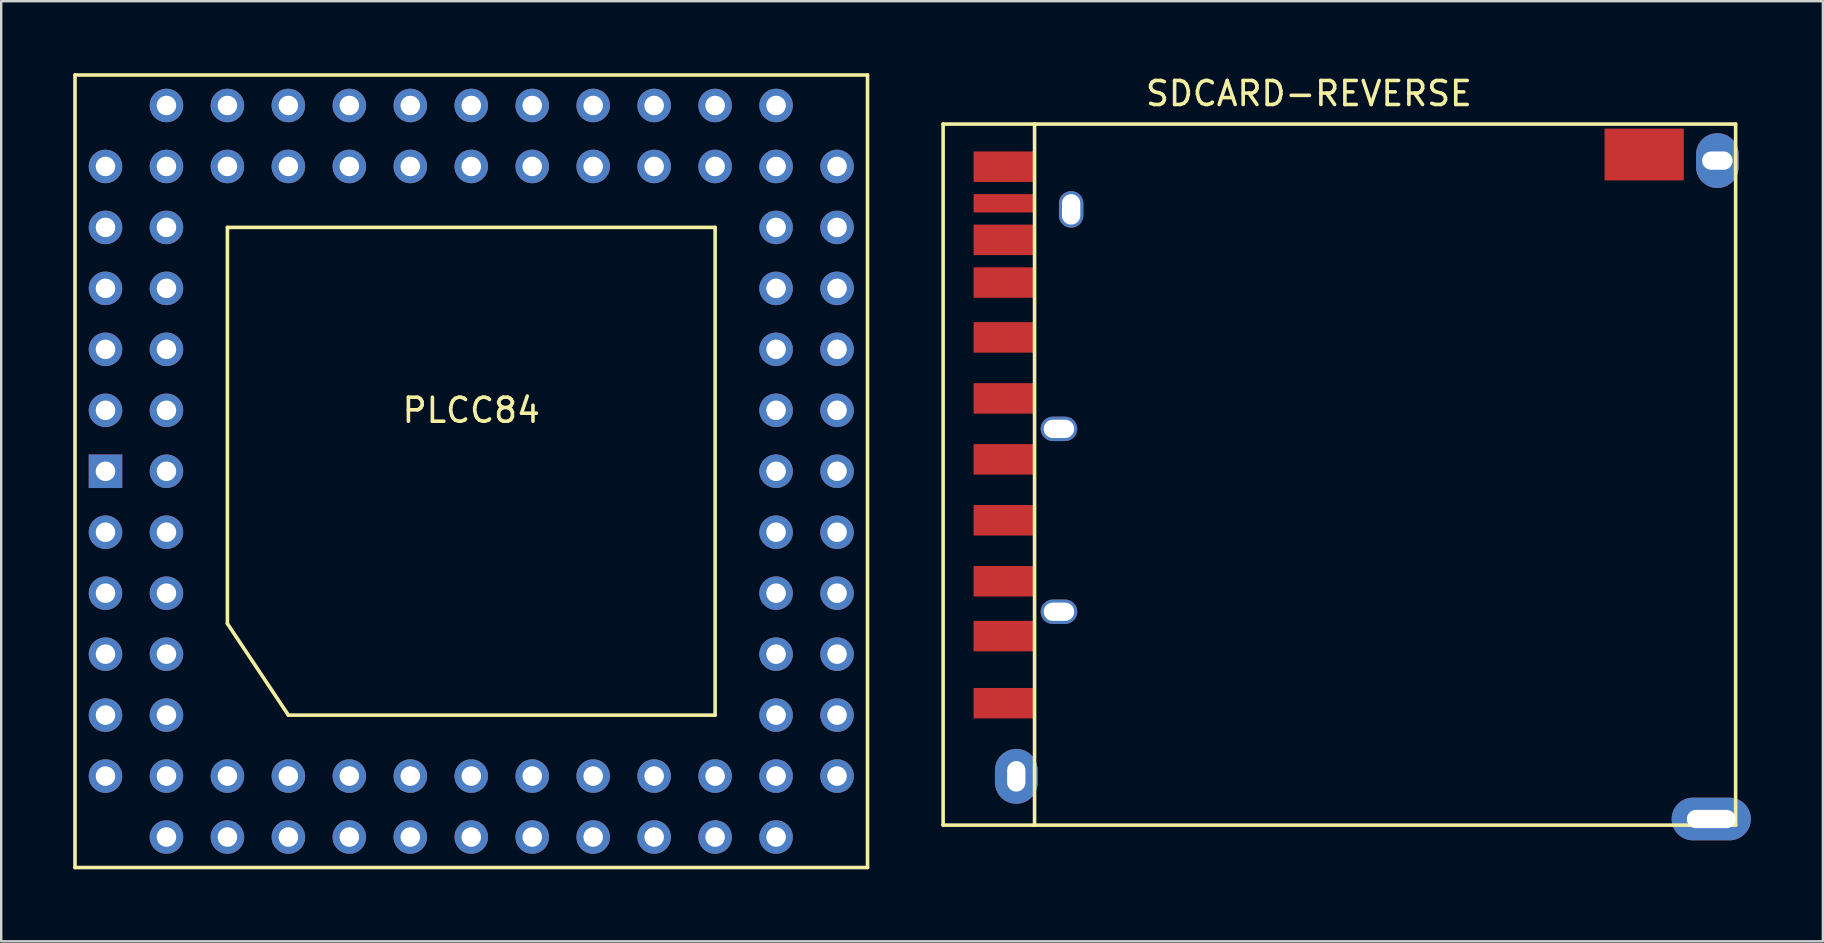
<source format=kicad_pcb>
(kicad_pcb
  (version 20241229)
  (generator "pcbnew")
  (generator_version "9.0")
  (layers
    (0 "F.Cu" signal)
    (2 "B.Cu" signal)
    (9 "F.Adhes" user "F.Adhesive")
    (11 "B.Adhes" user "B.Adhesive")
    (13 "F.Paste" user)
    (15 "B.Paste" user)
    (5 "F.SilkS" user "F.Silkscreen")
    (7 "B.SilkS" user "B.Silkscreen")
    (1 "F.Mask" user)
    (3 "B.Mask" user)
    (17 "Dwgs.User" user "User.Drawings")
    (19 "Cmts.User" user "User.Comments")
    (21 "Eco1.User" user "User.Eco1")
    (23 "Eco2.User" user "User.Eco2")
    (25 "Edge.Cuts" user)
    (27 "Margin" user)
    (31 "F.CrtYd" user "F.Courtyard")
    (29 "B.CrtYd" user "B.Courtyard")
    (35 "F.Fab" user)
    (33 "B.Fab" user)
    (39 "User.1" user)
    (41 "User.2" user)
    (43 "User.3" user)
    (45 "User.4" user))
  (footprint "SDCARD-REVERSE"
    (layer "F.Cu")
    (at 38.785 21.168)
    (property "Reference" "SDCARD-REVERSE" (at 12.7 -20.32 0) (layer "F.SilkS") (effects (font (size 1 1) (thickness 0.15))))
    (attr through_hole)
    (fp_line (start -2.54 -19.05) (end -2.54 10.16) (stroke (width 0.15) (type solid)) (layer "F.SilkS"))
    (fp_line (start -2.54 10.16) (end 1.27 10.16) (stroke (width 0.15) (type solid)) (layer "F.SilkS"))
    (fp_line (start 1.27 -19.05) (end -2.54 -19.05) (stroke (width 0.15) (type solid)) (layer "F.SilkS"))
    (fp_line (start 1.27 -19.05) (end 1.27 10.16) (stroke (width 0.15) (type solid)) (layer "F.SilkS"))
    (fp_line (start 30.48 -19.05) (end 1.27 -19.05) (stroke (width 0.15) (type solid)) (layer "F.SilkS"))
    (fp_line (start 30.48 -19.05) (end 30.48 10.16) (stroke (width 0.15) (type solid)) (layer "F.SilkS"))
    (fp_line (start 30.48 10.16) (end 1.27 10.16) (stroke (width 0.15) (type solid)) (layer "F.SilkS"))
    (pad "1" smd rect (at 0 2.286) (size 2.54 1.27) (layers "F.Cu" "F.Mask" "F.Paste"))
    (pad "2" smd rect (at 0 0) (size 2.54 1.27) (layers "F.Cu" "F.Mask" "F.Paste"))
    (pad "3" smd rect (at 0 -2.54) (size 2.54 1.27) (layers "F.Cu" "F.Mask" "F.Paste"))
    (pad "4" smd rect (at 0 -5.08) (size 2.54 1.27) (layers "F.Cu" "F.Mask" "F.Paste"))
    (pad "5" smd rect (at 0 -7.62) (size 2.54 1.27) (layers "F.Cu" "F.Mask" "F.Paste"))
    (pad "6" smd rect (at 0 -10.16) (size 2.54 1.27) (layers "F.Cu" "F.Mask" "F.Paste"))
    (pad "7" smd rect (at 0 -12.446) (size 2.54 1.27) (layers "F.Cu" "F.Mask" "F.Paste"))
    (pad "8" smd rect (at 0 -14.224) (size 2.54 1.27) (layers "F.Cu" "F.Mask" "F.Paste"))
    (pad "9" smd rect (at 0 5.08) (size 2.54 1.27) (layers "F.Cu" "F.Mask" "F.Paste"))
    (pad "10" smd rect (at 0 -15.748) (size 2.54 0.762) (layers "F.Cu" "F.Mask" "F.Paste"))
    (pad "11" smd rect (at 0 -17.272) (size 2.54 1.27) (layers "F.Cu" "F.Mask" "F.Paste"))
    (pad "12" smd rect (at 26.67 -17.78) (size 3.302 2.159) (layers "F.Cu" "F.Mask" "F.Paste"))
    (pad "13" thru_hole oval (at 2.794 -15.494) (size 1.016 1.524) (drill oval 0.762 1.27) (layers "*.Cu" "*.Mask"))
    (pad "14" thru_hole oval (at 2.286 -6.35) (size 1.524 1.016) (drill oval 1.27 0.762) (layers "*.Cu" "*.Mask"))
    (pad "15" thru_hole oval (at 2.286 1.27) (size 1.524 1.016) (drill oval 1.27 0.762) (layers "*.Cu" "*.Mask"))
    (pad "16" thru_hole oval (at 0.508 8.128) (size 1.778 2.286) (drill oval 0.762 1.27) (layers "*.Cu" "*.Mask"))
    (pad "17" thru_hole oval (at 29.464 9.906) (size 3.302 1.778) (drill oval 2.032 0.762) (layers "*.Cu" "*.Mask"))
    (pad "18" thru_hole oval (at 29.718 -17.526) (size 1.778 2.286) (drill oval 1.27 0.762) (layers "*.Cu" "*.Mask")))
  (footprint "PLCC84"
    (layer "F.Cu")
    (at 16.585 16.585)
    (property "Reference" "PLCC84" (at 0 -2.54 0) (layer "F.SilkS") (effects (font (size 1 1) (thickness 0.15))))
    (attr through_hole)
    (fp_line (start -16.51 -16.51) (end -16.51 16.51) (stroke (width 0.15) (type solid)) (layer "F.SilkS"))
    (fp_line (start -16.51 16.51) (end 16.51 16.51) (stroke (width 0.15) (type solid)) (layer "F.SilkS"))
    (fp_line (start -10.16 -10.16) (end -10.16 6.35) (stroke (width 0.15) (type solid)) (layer "F.SilkS"))
    (fp_line (start -10.16 6.35) (end -7.62 10.16) (stroke (width 0.15) (type solid)) (layer "F.SilkS"))
    (fp_line (start -7.62 10.16) (end 10.16 10.16) (stroke (width 0.15) (type solid)) (layer "F.SilkS"))
    (fp_line (start 10.16 -10.16) (end -10.16 -10.16) (stroke (width 0.15) (type solid)) (layer "F.SilkS"))
    (fp_line (start 10.16 10.16) (end 10.16 -10.16) (stroke (width 0.15) (type solid)) (layer "F.SilkS"))
    (fp_line (start 16.51 -16.51) (end -16.51 -16.51) (stroke (width 0.15) (type solid)) (layer "F.SilkS"))
    (fp_line (start 16.51 16.51) (end 16.51 -16.51) (stroke (width 0.15) (type solid)) (layer "F.SilkS"))
    (pad "1" thru_hole rect (at -15.24 0) (size 1.397 1.397) (drill 0.813) (layers "*.Cu" "*.Mask"))
    (pad "2" thru_hole circle (at -12.7 0) (size 1.397 1.397) (drill 0.813) (layers "*.Cu" "*.Mask"))
    (pad "3" thru_hole circle (at -15.24 2.54) (size 1.397 1.397) (drill 0.813) (layers "*.Cu" "*.Mask"))
    (pad "4" thru_hole circle (at -12.7 2.54) (size 1.397 1.397) (drill 0.813) (layers "*.Cu" "*.Mask"))
    (pad "5" thru_hole circle (at -15.24 5.08) (size 1.397 1.397) (drill 0.813) (layers "*.Cu" "*.Mask"))
    (pad "6" thru_hole circle (at -12.7 5.08) (size 1.397 1.397) (drill 0.813) (layers "*.Cu" "*.Mask"))
    (pad "7" thru_hole circle (at -15.24 7.62) (size 1.397 1.397) (drill 0.813) (layers "*.Cu" "*.Mask"))
    (pad "8" thru_hole circle (at -12.7 7.62) (size 1.397 1.397) (drill 0.813) (layers "*.Cu" "*.Mask"))
    (pad "9" thru_hole circle (at -15.24 10.16) (size 1.397 1.397) (drill 0.813) (layers "*.Cu" "*.Mask"))
    (pad "10" thru_hole circle (at -12.7 10.16) (size 1.397 1.397) (drill 0.813) (layers "*.Cu" "*.Mask"))
    (pad "11" thru_hole circle (at -15.24 12.7) (size 1.397 1.397) (drill 0.813) (layers "*.Cu" "*.Mask"))
    (pad "12" thru_hole circle (at -12.7 15.24) (size 1.397 1.397) (drill 0.813) (layers "*.Cu" "*.Mask"))
    (pad "13" thru_hole circle (at -12.7 12.7) (size 1.397 1.397) (drill 0.813) (layers "*.Cu" "*.Mask"))
    (pad "14" thru_hole circle (at -10.16 15.24) (size 1.397 1.397) (drill 0.813) (layers "*.Cu" "*.Mask"))
    (pad "15" thru_hole circle (at -10.16 12.7) (size 1.397 1.397) (drill 0.813) (layers "*.Cu" "*.Mask"))
    (pad "16" thru_hole circle (at -7.62 15.24) (size 1.397 1.397) (drill 0.813) (layers "*.Cu" "*.Mask"))
    (pad "17" thru_hole circle (at -7.62 12.7) (size 1.397 1.397) (drill 0.813) (layers "*.Cu" "*.Mask"))
    (pad "18" thru_hole circle (at -5.08 15.24) (size 1.397 1.397) (drill 0.813) (layers "*.Cu" "*.Mask"))
    (pad "19" thru_hole circle (at -5.08 12.7) (size 1.397 1.397) (drill 0.813) (layers "*.Cu" "*.Mask"))
    (pad "20" thru_hole circle (at -2.54 15.24) (size 1.397 1.397) (drill 0.813) (layers "*.Cu" "*.Mask"))
    (pad "21" thru_hole circle (at -2.54 12.7) (size 1.397 1.397) (drill 0.813) (layers "*.Cu" "*.Mask"))
    (pad "22" thru_hole circle (at 0 15.24) (size 1.397 1.397) (drill 0.813) (layers "*.Cu" "*.Mask"))
    (pad "23" thru_hole circle (at 0 12.7) (size 1.397 1.397) (drill 0.813) (layers "*.Cu" "*.Mask"))
    (pad "24" thru_hole circle (at 2.54 15.24) (size 1.397 1.397) (drill 0.813) (layers "*.Cu" "*.Mask"))
    (pad "25" thru_hole circle (at 2.54 12.7) (size 1.397 1.397) (drill 0.813) (layers "*.Cu" "*.Mask"))
    (pad "26" thru_hole circle (at 5.08 15.24) (size 1.397 1.397) (drill 0.813) (layers "*.Cu" "*.Mask"))
    (pad "27" thru_hole circle (at 5.08 12.7) (size 1.397 1.397) (drill 0.813) (layers "*.Cu" "*.Mask"))
    (pad "28" thru_hole circle (at 7.62 15.24) (size 1.397 1.397) (drill 0.813) (layers "*.Cu" "*.Mask"))
    (pad "29" thru_hole circle (at 7.62 12.7) (size 1.397 1.397) (drill 0.813) (layers "*.Cu" "*.Mask"))
    (pad "30" thru_hole circle (at 10.16 15.24) (size 1.397 1.397) (drill 0.813) (layers "*.Cu" "*.Mask"))
    (pad "31" thru_hole circle (at 10.16 12.7) (size 1.397 1.397) (drill 0.813) (layers "*.Cu" "*.Mask"))
    (pad "32" thru_hole circle (at 12.7 15.24) (size 1.397 1.397) (drill 0.813) (layers "*.Cu" "*.Mask"))
    (pad "33" thru_hole circle (at 15.24 12.7) (size 1.397 1.397) (drill 0.813) (layers "*.Cu" "*.Mask"))
    (pad "34" thru_hole circle (at 12.7 12.7) (size 1.397 1.397) (drill 0.813) (layers "*.Cu" "*.Mask"))
    (pad "35" thru_hole circle (at 15.24 10.16) (size 1.397 1.397) (drill 0.813) (layers "*.Cu" "*.Mask"))
    (pad "36" thru_hole circle (at 12.7 10.16) (size 1.397 1.397) (drill 0.813) (layers "*.Cu" "*.Mask"))
    (pad "37" thru_hole circle (at 15.24 7.62) (size 1.397 1.397) (drill 0.813) (layers "*.Cu" "*.Mask"))
    (pad "38" thru_hole circle (at 12.7 7.62) (size 1.397 1.397) (drill 0.813) (layers "*.Cu" "*.Mask"))
    (pad "39" thru_hole circle (at 15.24 5.08) (size 1.397 1.397) (drill 0.813) (layers "*.Cu" "*.Mask"))
    (pad "40" thru_hole circle (at 12.7 5.08) (size 1.397 1.397) (drill 0.813) (layers "*.Cu" "*.Mask"))
    (pad "41" thru_hole circle (at 15.24 2.54) (size 1.397 1.397) (drill 0.813) (layers "*.Cu" "*.Mask"))
    (pad "42" thru_hole circle (at 12.7 2.54) (size 1.397 1.397) (drill 0.813) (layers "*.Cu" "*.Mask"))
    (pad "43" thru_hole circle (at 15.24 0) (size 1.397 1.397) (drill 0.813) (layers "*.Cu" "*.Mask"))
    (pad "44" thru_hole circle (at 12.7 0) (size 1.397 1.397) (drill 0.813) (layers "*.Cu" "*.Mask"))
    (pad "45" thru_hole circle (at 15.24 -2.54) (size 1.397 1.397) (drill 0.813) (layers "*.Cu" "*.Mask"))
    (pad "46" thru_hole circle (at 12.7 -2.54) (size 1.397 1.397) (drill 0.813) (layers "*.Cu" "*.Mask"))
    (pad "47" thru_hole circle (at 15.24 -5.08) (size 1.397 1.397) (drill 0.813) (layers "*.Cu" "*.Mask"))
    (pad "48" thru_hole circle (at 12.7 -5.08) (size 1.397 1.397) (drill 0.813) (layers "*.Cu" "*.Mask"))
    (pad "49" thru_hole circle (at 15.24 -7.62) (size 1.397 1.397) (drill 0.813) (layers "*.Cu" "*.Mask"))
    (pad "50" thru_hole circle (at 12.7 -7.62) (size 1.397 1.397) (drill 0.813) (layers "*.Cu" "*.Mask"))
    (pad "51" thru_hole circle (at 15.24 -10.16) (size 1.397 1.397) (drill 0.813) (layers "*.Cu" "*.Mask"))
    (pad "52" thru_hole circle (at 12.7 -10.16) (size 1.397 1.397) (drill 0.813) (layers "*.Cu" "*.Mask"))
    (pad "53" thru_hole circle (at 15.24 -12.7) (size 1.397 1.397) (drill 0.813) (layers "*.Cu" "*.Mask"))
    (pad "54" thru_hole circle (at 12.7 -15.24) (size 1.397 1.397) (drill 0.813) (layers "*.Cu" "*.Mask"))
    (pad "55" thru_hole circle (at 12.7 -12.7) (size 1.397 1.397) (drill 0.813) (layers "*.Cu" "*.Mask"))
    (pad "56" thru_hole circle (at 10.16 -15.24) (size 1.397 1.397) (drill 0.813) (layers "*.Cu" "*.Mask"))
    (pad "57" thru_hole circle (at 10.16 -12.7) (size 1.397 1.397) (drill 0.813) (layers "*.Cu" "*.Mask"))
    (pad "58" thru_hole circle (at 7.62 -15.24) (size 1.397 1.397) (drill 0.813) (layers "*.Cu" "*.Mask"))
    (pad "59" thru_hole circle (at 7.62 -12.7) (size 1.397 1.397) (drill 0.813) (layers "*.Cu" "*.Mask"))
    (pad "60" thru_hole circle (at 5.08 -15.24) (size 1.397 1.397) (drill 0.813) (layers "*.Cu" "*.Mask"))
    (pad "61" thru_hole circle (at 5.08 -12.7) (size 1.397 1.397) (drill 0.813) (layers "*.Cu" "*.Mask"))
    (pad "62" thru_hole circle (at 2.54 -15.24) (size 1.397 1.397) (drill 0.813) (layers "*.Cu" "*.Mask"))
    (pad "63" thru_hole circle (at 2.54 -12.7) (size 1.397 1.397) (drill 0.813) (layers "*.Cu" "*.Mask"))
    (pad "64" thru_hole circle (at 0 -15.24) (size 1.397 1.397) (drill 0.813) (layers "*.Cu" "*.Mask"))
    (pad "65" thru_hole circle (at 0 -12.7) (size 1.397 1.397) (drill 0.813) (layers "*.Cu" "*.Mask"))
    (pad "66" thru_hole circle (at -2.54 -15.24) (size 1.397 1.397) (drill 0.813) (layers "*.Cu" "*.Mask"))
    (pad "67" thru_hole circle (at -2.54 -12.7) (size 1.397 1.397) (drill 0.813) (layers "*.Cu" "*.Mask"))
    (pad "68" thru_hole circle (at -5.08 -15.24) (size 1.397 1.397) (drill 0.813) (layers "*.Cu" "*.Mask"))
    (pad "69" thru_hole circle (at -5.08 -12.7) (size 1.397 1.397) (drill 0.813) (layers "*.Cu" "*.Mask"))
    (pad "70" thru_hole circle (at -7.62 -15.24) (size 1.397 1.397) (drill 0.813) (layers "*.Cu" "*.Mask"))
    (pad "71" thru_hole circle (at -7.62 -12.7) (size 1.397 1.397) (drill 0.813) (layers "*.Cu" "*.Mask"))
    (pad "72" thru_hole circle (at -10.16 -15.24) (size 1.397 1.397) (drill 0.813) (layers "*.Cu" "*.Mask"))
    (pad "73" thru_hole circle (at -10.16 -12.7) (size 1.397 1.397) (drill 0.813) (layers "*.Cu" "*.Mask"))
    (pad "74" thru_hole circle (at -12.7 -15.24) (size 1.397 1.397) (drill 0.813) (layers "*.Cu" "*.Mask"))
    (pad "75" thru_hole circle (at -15.24 -12.7) (size 1.397 1.397) (drill 0.813) (layers "*.Cu" "*.Mask"))
    (pad "76" thru_hole circle (at -12.7 -12.7) (size 1.397 1.397) (drill 0.813) (layers "*.Cu" "*.Mask"))
    (pad "77" thru_hole circle (at -15.24 -10.16) (size 1.397 1.397) (drill 0.813) (layers "*.Cu" "*.Mask"))
    (pad "78" thru_hole circle (at -12.7 -10.16) (size 1.397 1.397) (drill 0.813) (layers "*.Cu" "*.Mask"))
    (pad "79" thru_hole circle (at -15.24 -7.62) (size 1.397 1.397) (drill 0.813) (layers "*.Cu" "*.Mask"))
    (pad "80" thru_hole circle (at -12.7 -7.62) (size 1.397 1.397) (drill 0.813) (layers "*.Cu" "*.Mask"))
    (pad "81" thru_hole circle (at -15.24 -5.08) (size 1.397 1.397) (drill 0.813) (layers "*.Cu" "*.Mask"))
    (pad "82" thru_hole circle (at -12.7 -5.08) (size 1.397 1.397) (drill 0.813) (layers "*.Cu" "*.Mask"))
    (pad "83" thru_hole circle (at -15.24 -2.54) (size 1.397 1.397) (drill 0.813) (layers "*.Cu" "*.Mask"))
    (pad "84" thru_hole circle (at -12.7 -2.54) (size 1.397 1.397) (drill 0.813) (layers "*.Cu" "*.Mask")))
  (gr_rect
    (start -3 -3)
    (end 72.9 36.17)
    (stroke (width 0.1) (type default))
    (fill no)
    (layer "Edge.Cuts")))
</source>
